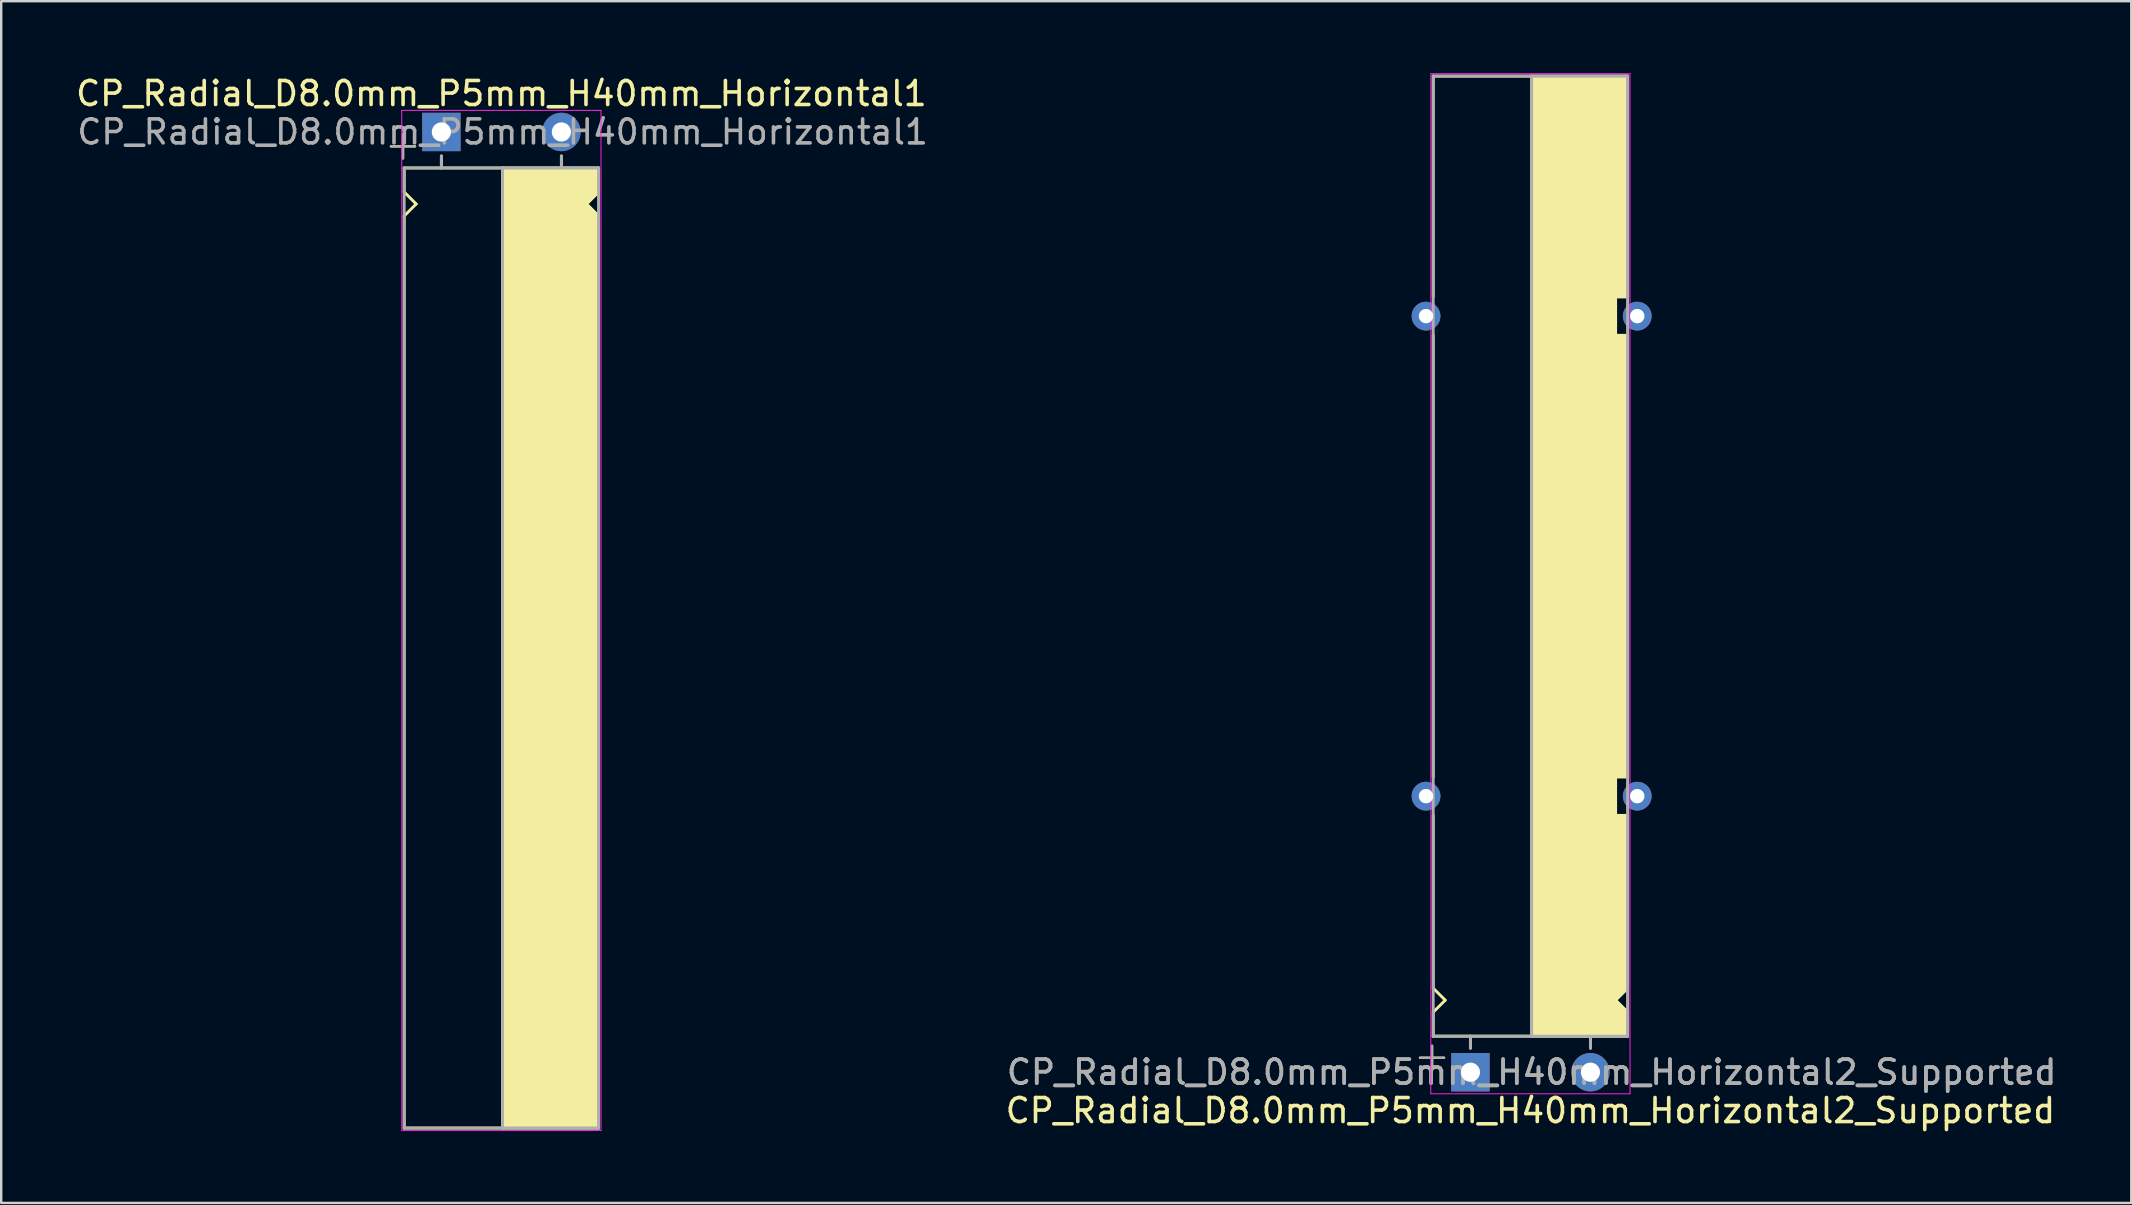
<source format=kicad_pcb>
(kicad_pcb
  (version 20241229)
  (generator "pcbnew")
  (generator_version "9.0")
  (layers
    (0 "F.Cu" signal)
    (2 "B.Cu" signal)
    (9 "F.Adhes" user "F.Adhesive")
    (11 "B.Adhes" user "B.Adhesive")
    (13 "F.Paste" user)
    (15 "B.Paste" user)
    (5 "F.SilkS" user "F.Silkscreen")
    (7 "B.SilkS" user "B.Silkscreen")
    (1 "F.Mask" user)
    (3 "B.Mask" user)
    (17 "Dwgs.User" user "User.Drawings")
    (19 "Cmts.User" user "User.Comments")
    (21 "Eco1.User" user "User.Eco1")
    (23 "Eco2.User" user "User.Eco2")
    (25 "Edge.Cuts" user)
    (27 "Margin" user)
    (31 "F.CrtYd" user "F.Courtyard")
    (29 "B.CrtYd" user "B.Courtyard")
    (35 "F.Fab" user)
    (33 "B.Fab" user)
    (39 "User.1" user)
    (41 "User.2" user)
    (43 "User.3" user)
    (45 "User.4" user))
  (footprint "CP_Radial_D8.0mm_P5mm_H40mm_Horizontal1"
    (layer "F.Cu")
    (at 16.139 2.448)
    (property "Reference" "CP_Radial_D8.0mm_P5mm_H40mm_Horizontal1" (at 1.7 -1.6 0) (layer "F.SilkS") (effects (font (size 1 1) (thickness 0.15))))
    (attr through_hole)
    (fp_line (start -2.9 0.6) (end -1.9 0.6) (stroke (width 0.1) (type solid)) (layer "F.SilkS"))
    (fp_line (start -2.4 1.1) (end -2.4 0.1) (stroke (width 0.1) (type solid)) (layer "F.SilkS"))
    (fp_line (start -2.35 1.5) (end 5.75 1.5) (stroke (width 0.12) (type solid)) (layer "F.SilkS"))
    (fp_line (start -2.35 2.5) (end -2.35 1.5) (stroke (width 0.12) (type solid)) (layer "F.SilkS"))
    (fp_line (start -2.35 3.5) (end -2.35 41.5) (stroke (width 0.12) (type solid)) (layer "F.SilkS"))
    (fp_line (start -2.35 3.5) (end -1.85 3) (stroke (width 0.12) (type solid)) (layer "F.SilkS"))
    (fp_line (start -2.35 41.5) (end 5.75 41.5) (stroke (width 0.12) (type solid)) (layer "F.SilkS"))
    (fp_line (start -1.85 3) (end -2.35 2.5) (stroke (width 0.12) (type solid)) (layer "F.SilkS"))
    (fp_line (start -0.8 1) (end -0.8 1.5) (stroke (width 0.12) (type solid)) (layer "F.SilkS"))
    (fp_line (start 1.75 41.5) (end 1.75 1.5) (stroke (width 0.12) (type solid)) (layer "F.SilkS"))
    (fp_line (start 4.2 1) (end 4.2 1.5) (stroke (width 0.12) (type solid)) (layer "F.SilkS"))
    (fp_line (start 5.25 3) (end 5.75 2.5) (stroke (width 0.12) (type solid)) (layer "F.SilkS"))
    (fp_line (start 5.75 2.5) (end 5.75 1.5) (stroke (width 0.12) (type solid)) (layer "F.SilkS"))
    (fp_line (start 5.75 3.5) (end 5.25 3) (stroke (width 0.12) (type solid)) (layer "F.SilkS"))
    (fp_line (start 5.75 3.5) (end 5.75 41.5) (stroke (width 0.12) (type solid)) (layer "F.SilkS"))
    (fp_line (start 5.75 21.5) (end 5.65 21.5) (stroke (width 0.12) (type solid)) (layer "F.SilkS"))
    (fp_poly (pts (xy 5.75 2.5) (xy 5.25 3) (xy 5.75 3.5) (xy 5.75 41.5) (xy 1.75 41.5) (xy 1.75 1.5) (xy 5.75 1.5)) (stroke (width 0.1) (type solid)) (fill yes) (layer "F.SilkS"))
    (fp_line (start -2.45 -0.9) (end 5.85 -0.9) (stroke (width 0.04) (type solid)) (layer "F.CrtYd"))
    (fp_line (start -2.45 1.5) (end -2.45 -0.9) (stroke (width 0.04) (type solid)) (layer "F.CrtYd"))
    (fp_line (start -2.45 41.6) (end -2.45 1.5) (stroke (width 0.04) (type solid)) (layer "F.CrtYd"))
    (fp_line (start 5.85 -0.9) (end 5.85 41.6) (stroke (width 0.04) (type solid)) (layer "F.CrtYd"))
    (fp_line (start 5.85 41.6) (end -2.45 41.6) (stroke (width 0.04) (type solid)) (layer "F.CrtYd"))
    (fp_line (start -2.9 0.6) (end -1.9 0.6) (stroke (width 0.1) (type solid)) (layer "F.Fab"))
    (fp_line (start -2.4 1.1) (end -2.4 0.1) (stroke (width 0.1) (type solid)) (layer "F.Fab"))
    (fp_line (start -2.35 1.5) (end 5.75 1.5) (stroke (width 0.12) (type solid)) (layer "F.Fab"))
    (fp_line (start -2.35 41.5) (end -2.35 1.5) (stroke (width 0.12) (type solid)) (layer "F.Fab"))
    (fp_line (start -0.8 1.5) (end -0.8 1) (stroke (width 0.12) (type solid)) (layer "F.Fab"))
    (fp_line (start 1.75 1.5) (end 1.75 41.5) (stroke (width 0.12) (type solid)) (layer "F.Fab"))
    (fp_line (start 4.2 1.5) (end 4.2 1) (stroke (width 0.12) (type solid)) (layer "F.Fab"))
    (fp_line (start 5.75 1.5) (end 5.75 41.5) (stroke (width 0.12) (type solid)) (layer "F.Fab"))
    (fp_line (start 5.75 41.5) (end -2.35 41.5) (stroke (width 0.12) (type solid)) (layer "F.Fab"))
    (fp_poly (pts (xy 5.75 41.5) (xy 1.75 41.5) (xy 1.75 1.5) (xy 5.75 1.5)) (stroke (width 0.1) (type solid)) (fill no) (layer "F.Fab"))
    (fp_text user "${REFERENCE}" (at 1.75 0 0) (layer "F.Fab") (effects (font (size 1 1) (thickness 0.15))))
    (pad "1" thru_hole rect (at -0.8 0) (size 1.6 1.6) (drill 0.8) (layers "*.Cu" "*.Mask"))
    (pad "2" thru_hole circle (at 4.2 0) (size 1.6 1.6) (drill 0.8) (layers "*.Cu" "*.Mask")))
  (footprint "CP_Radial_D8.0mm_P5mm_H40mm_Horizontal2_Supported"
    (layer "F.Cu")
    (at 59.011 41.62)
    (property "Reference" "CP_Radial_D8.0mm_P5mm_H40mm_Horizontal2_Supported" (at 1.7 1.6 0) (layer "F.SilkS") (effects (font (size 1 1) (thickness 0.15))))
    (attr through_hole)
    (fp_line (start -2.9 -0.6) (end -1.9 -0.6) (stroke (width 0.1) (type solid)) (layer "F.SilkS"))
    (fp_line (start -2.4 -0.1) (end -2.4 -1.1) (stroke (width 0.1) (type solid)) (layer "F.SilkS"))
    (fp_line (start -2.35 -41.5) (end 5.65 -41.5) (stroke (width 0.12) (type solid)) (layer "F.SilkS"))
    (fp_line (start -2.35 -32.3) (end -2.35 -41.5) (stroke (width 0.12) (type solid)) (layer "F.SilkS"))
    (fp_line (start -2.35 -12.3) (end -2.35 -30.7) (stroke (width 0.12) (type solid)) (layer "F.SilkS"))
    (fp_line (start -2.35 -10.7) (end -2.35 -3.5) (stroke (width 0.12) (type solid)) (layer "F.SilkS"))
    (fp_line (start -2.35 -2.5) (end -1.85 -3) (stroke (width 0.12) (type solid)) (layer "F.SilkS"))
    (fp_line (start -2.35 -1.5) (end -2.35 -2.5) (stroke (width 0.12) (type solid)) (layer "F.SilkS"))
    (fp_line (start -2.35 -1.5) (end 5.75 -1.5) (stroke (width 0.12) (type solid)) (layer "F.SilkS"))
    (fp_line (start -1.85 -3) (end -2.35 -3.5) (stroke (width 0.12) (type solid)) (layer "F.SilkS"))
    (fp_line (start -0.8 -1) (end -0.8 -1.5) (stroke (width 0.12) (type solid)) (layer "F.SilkS"))
    (fp_line (start 1.75 -41.5) (end 1.75 -1.5) (stroke (width 0.12) (type solid)) (layer "F.SilkS"))
    (fp_line (start 4.2 -1) (end 4.2 -1.5) (stroke (width 0.12) (type solid)) (layer "F.SilkS"))
    (fp_line (start 5.25 -32.3) (end 5.75 -32.3) (stroke (width 0.12) (type solid)) (layer "F.SilkS"))
    (fp_line (start 5.25 -30.7) (end 5.25 -32.3) (stroke (width 0.12) (type solid)) (layer "F.SilkS"))
    (fp_line (start 5.25 -12.3) (end 5.75 -12.3) (stroke (width 0.12) (type solid)) (layer "F.SilkS"))
    (fp_line (start 5.25 -10.7) (end 5.25 -12.3) (stroke (width 0.12) (type solid)) (layer "F.SilkS"))
    (fp_line (start 5.25 -3) (end 5.75 -2.5) (stroke (width 0.12) (type solid)) (layer "F.SilkS"))
    (fp_line (start 5.75 -41.5) (end 5.65 -41.5) (stroke (width 0.12) (type solid)) (layer "F.SilkS"))
    (fp_line (start 5.75 -32.3) (end 5.75 -41.5) (stroke (width 0.12) (type solid)) (layer "F.SilkS"))
    (fp_line (start 5.75 -30.7) (end 5.25 -30.7) (stroke (width 0.12) (type solid)) (layer "F.SilkS"))
    (fp_line (start 5.75 -12.3) (end 5.75 -30.7) (stroke (width 0.12) (type solid)) (layer "F.SilkS"))
    (fp_line (start 5.75 -10.7) (end 5.25 -10.7) (stroke (width 0.12) (type solid)) (layer "F.SilkS"))
    (fp_line (start 5.75 -10.7) (end 5.75 -3.5) (stroke (width 0.12) (type solid)) (layer "F.SilkS"))
    (fp_line (start 5.75 -3.5) (end 5.25 -3) (stroke (width 0.12) (type solid)) (layer "F.SilkS"))
    (fp_line (start 5.75 -2.5) (end 5.75 -1.5) (stroke (width 0.12) (type solid)) (layer "F.SilkS"))
    (fp_poly (pts (xy 5.75 -2.5) (xy 5.25 -3) (xy 5.75 -3.5) (xy 5.75 -10.7) (xy 5.25 -10.7) (xy 5.25 -12.3) (xy 5.75 -12.3) (xy 5.75 -30.7) (xy 5.25 -30.7) (xy 5.25 -32.3) (xy 5.75 -32.3) (xy 5.75 -41.5) (xy 1.75 -41.5) (xy 1.75 -1.5) (xy 5.75 -1.5)) (stroke (width 0.1) (type solid)) (fill yes) (layer "F.SilkS"))
    (fp_line (start -2.45 -41.6) (end -2.45 -1.5) (stroke (width 0.04) (type solid)) (layer "F.CrtYd"))
    (fp_line (start -2.45 -1.5) (end -2.45 0.9) (stroke (width 0.04) (type solid)) (layer "F.CrtYd"))
    (fp_line (start -2.45 0.9) (end 5.85 0.9) (stroke (width 0.04) (type solid)) (layer "F.CrtYd"))
    (fp_line (start 5.85 -41.6) (end -2.45 -41.6) (stroke (width 0.04) (type solid)) (layer "F.CrtYd"))
    (fp_line (start 5.85 0.9) (end 5.85 -41.6) (stroke (width 0.04) (type solid)) (layer "F.CrtYd"))
    (fp_line (start -2.9 -0.6) (end -1.9 -0.6) (stroke (width 0.1) (type solid)) (layer "F.Fab"))
    (fp_line (start -2.4 -0.1) (end -2.4 -1.1) (stroke (width 0.1) (type solid)) (layer "F.Fab"))
    (fp_line (start -2.35 -41.5) (end -2.35 -1.5) (stroke (width 0.12) (type solid)) (layer "F.Fab"))
    (fp_line (start -2.35 -1.5) (end 5.75 -1.5) (stroke (width 0.12) (type solid)) (layer "F.Fab"))
    (fp_line (start -0.8 -1.5) (end -0.8 -1) (stroke (width 0.12) (type solid)) (layer "F.Fab"))
    (fp_line (start 1.75 -1.5) (end 1.75 -41.5) (stroke (width 0.12) (type solid)) (layer "F.Fab"))
    (fp_line (start 4.2 -1.5) (end 4.2 -1) (stroke (width 0.12) (type solid)) (layer "F.Fab"))
    (fp_line (start 5.75 -41.5) (end -2.35 -41.5) (stroke (width 0.12) (type solid)) (layer "F.Fab"))
    (fp_line (start 5.75 -1.5) (end 5.75 -41.5) (stroke (width 0.12) (type solid)) (layer "F.Fab"))
    (fp_poly (pts (xy 5.75 -41.5) (xy 1.75 -41.5) (xy 1.75 -1.5) (xy 5.75 -1.5)) (stroke (width 0.1) (type solid)) (fill no) (layer "F.Fab"))
    (fp_text user "${REFERENCE}" (at 1.75 0 0) (layer "F.Fab") (effects (font (size 1 1) (thickness 0.15))))
    (fp_text user "${REFERENCE}" (at 1.75 0 0) (layer "F.Fab") (effects (font (size 1 1) (thickness 0.15))))
    (pad "" thru_hole circle (at -2.65 -31.5 180) (size 1.2 1.2) (drill 0.6) (layers "*.Cu" "*.Mask"))
    (pad "" thru_hole circle (at -2.65 -11.5 180) (size 1.2 1.2) (drill 0.6) (layers "*.Cu" "*.Mask"))
    (pad "" thru_hole circle (at 6.15 -31.5 180) (size 1.2 1.2) (drill 0.6) (layers "*.Cu" "*.Mask"))
    (pad "" thru_hole circle (at 6.15 -11.5 180) (size 1.2 1.2) (drill 0.6) (layers "*.Cu" "*.Mask"))
    (pad "1" thru_hole rect (at -0.8 0) (size 1.6 1.6) (drill 0.8) (layers "*.Cu" "*.Mask"))
    (pad "2" thru_hole circle (at 4.2 0) (size 1.6 1.6) (drill 0.8) (layers "*.Cu" "*.Mask")))
  (gr_rect
    (start -3 -3)
    (end 85.743 47.068)
    (stroke (width 0.1) (type default))
    (fill no)
    (layer "Edge.Cuts")))
</source>
